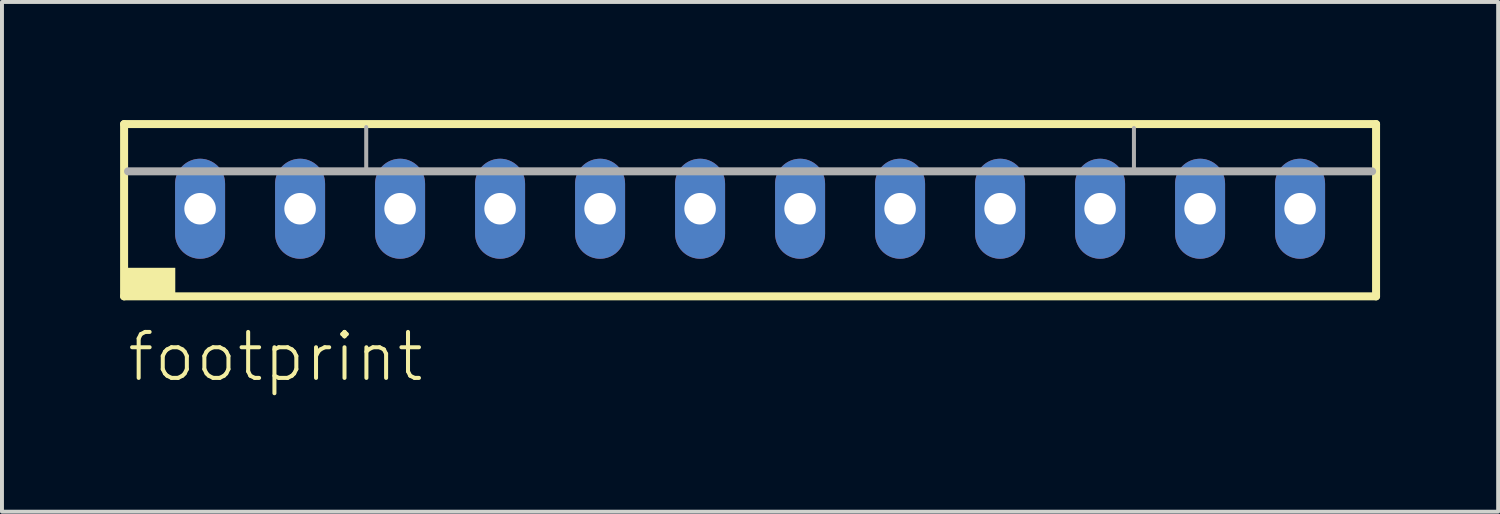
<source format=kicad_pcb>
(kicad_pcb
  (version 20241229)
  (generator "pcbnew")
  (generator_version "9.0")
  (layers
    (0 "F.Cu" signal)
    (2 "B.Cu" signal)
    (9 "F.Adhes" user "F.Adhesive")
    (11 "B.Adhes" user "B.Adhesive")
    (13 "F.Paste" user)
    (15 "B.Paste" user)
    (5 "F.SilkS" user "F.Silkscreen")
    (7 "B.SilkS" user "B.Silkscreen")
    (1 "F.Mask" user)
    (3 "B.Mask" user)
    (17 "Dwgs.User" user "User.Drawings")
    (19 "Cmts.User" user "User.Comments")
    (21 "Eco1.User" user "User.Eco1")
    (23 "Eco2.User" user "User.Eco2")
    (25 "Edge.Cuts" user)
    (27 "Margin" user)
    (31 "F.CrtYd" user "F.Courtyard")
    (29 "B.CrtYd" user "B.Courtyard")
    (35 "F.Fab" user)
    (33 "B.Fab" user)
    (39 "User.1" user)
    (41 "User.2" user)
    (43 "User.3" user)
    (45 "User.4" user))
  (footprint "footprint"
    (layer "F.Cu")
    (at 16.002 2.252)
    (property "Reference" "footprint" (at -15.875 4.445 0) (layer "F.SilkS") (effects (font (size 1.168 1.168) (thickness 0.102)) (justify left bottom)))
    (fp_line (start -15.9 -2.15) (end 15.9 -2.15) (stroke (width 0.203) (type solid)) (layer "F.SilkS"))
    (fp_line (start -15.9 2.225) (end -15.9 -2.15) (stroke (width 0.203) (type solid)) (layer "F.SilkS"))
    (fp_line (start 15.9 -2.15) (end 15.9 2.225) (stroke (width 0.203) (type solid)) (layer "F.SilkS"))
    (fp_line (start 15.9 2.225) (end -15.9 2.225) (stroke (width 0.203) (type solid)) (layer "F.SilkS"))
    (fp_poly (pts (xy -15.875 2.2) (xy -14.6 2.2) (xy -14.6 1.5) (xy -15.875 1.5)) (stroke (width 0) (type solid)) (fill yes) (layer "F.SilkS"))
    (fp_line (start -15.8 -0.95) (end 15.8 -0.95) (stroke (width 0.203) (type solid)) (layer "F.Fab"))
    (fp_line (start -9.75 -1.025) (end -9.75 -2.075) (stroke (width 0.102) (type solid)) (layer "F.Fab"))
    (fp_line (start 9.75 -1.025) (end 9.75 -2.05) (stroke (width 0.102) (type solid)) (layer "F.Fab"))
    (pad "1" thru_hole oval (at -13.97 0 90) (size 2.54 1.27) (drill 0.8) (layers "*.Cu" "*.Mask"))
    (pad "2" thru_hole oval (at -11.43 0 90) (size 2.54 1.27) (drill 0.8) (layers "*.Cu" "*.Mask"))
    (pad "3" thru_hole oval (at -8.89 0 90) (size 2.54 1.27) (drill 0.8) (layers "*.Cu" "*.Mask"))
    (pad "4" thru_hole oval (at -6.35 0 90) (size 2.54 1.27) (drill 0.8) (layers "*.Cu" "*.Mask"))
    (pad "5" thru_hole oval (at -3.81 0 90) (size 2.54 1.27) (drill 0.8) (layers "*.Cu" "*.Mask"))
    (pad "6" thru_hole oval (at -1.27 0 90) (size 2.54 1.27) (drill 0.8) (layers "*.Cu" "*.Mask"))
    (pad "7" thru_hole oval (at 1.27 0 90) (size 2.54 1.27) (drill 0.8) (layers "*.Cu" "*.Mask"))
    (pad "8" thru_hole oval (at 3.81 0 90) (size 2.54 1.27) (drill 0.8) (layers "*.Cu" "*.Mask"))
    (pad "9" thru_hole oval (at 6.35 0 90) (size 2.54 1.27) (drill 0.8) (layers "*.Cu" "*.Mask"))
    (pad "10" thru_hole oval (at 8.89 0 90) (size 2.54 1.27) (drill 0.8) (layers "*.Cu" "*.Mask"))
    (pad "11" thru_hole oval (at 11.43 0 90) (size 2.54 1.27) (drill 0.8) (layers "*.Cu" "*.Mask"))
    (pad "12" thru_hole oval (at 13.97 0 90) (size 2.54 1.27) (drill 0.8) (layers "*.Cu" "*.Mask")))
  (gr_rect
    (start -3 -3)
    (end 35.003 9.947)
    (stroke (width 0.1) (type default))
    (fill no)
    (layer "Edge.Cuts")))
</source>
